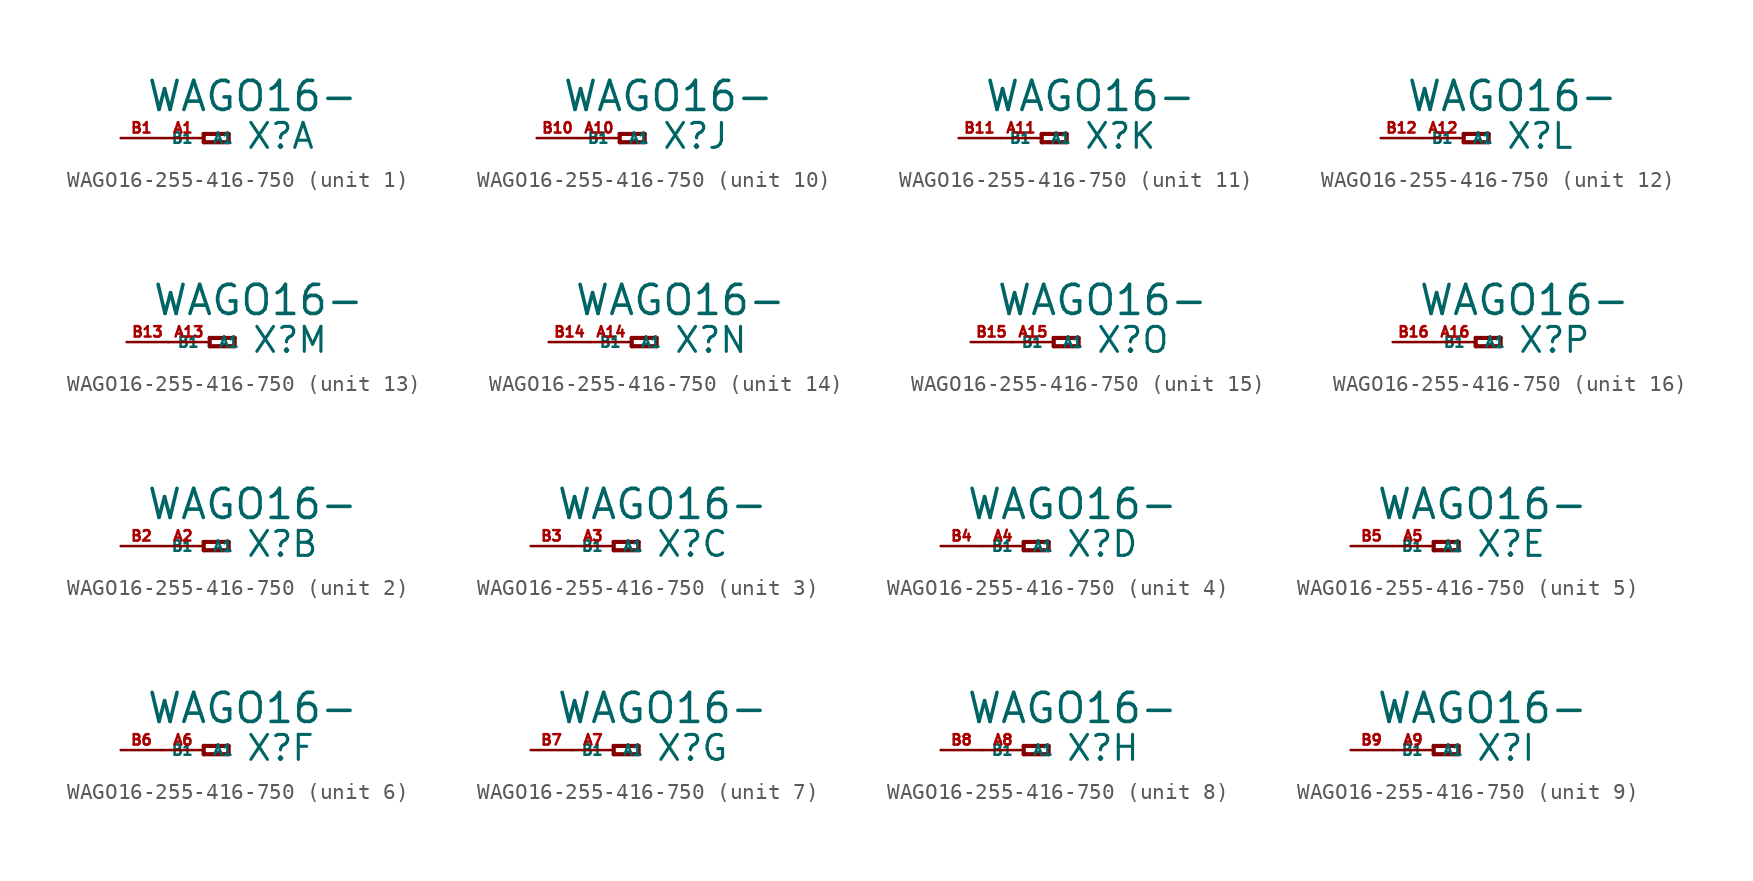
<source format=kicad_sym>
(kicad_symbol_lib
  (version 20220914)
  (generator Eagle2Kicad)
  (symbol "WAGO16-255-416-750"
    (property "Reference" "X"
      (at 2.54 -0.762 0)
      (effects (font (size 1.524 1.524) (thickness 0.19)) (justify left bottom)))
    (property "Value" "WAGO16-"
      (at -3.556 1.524 0)
      (effects (font (size 1.778 1.778) (thickness 0.22)) (justify left bottom)))
    (symbol "WAGO16-255-416-750_1_0"
      (polyline (pts (xy 0 0.254) (xy 0 -0.254)) (stroke (width 0.254) (type default)) (fill (type none)))
      (polyline (pts (xy 0 -0.254) (xy 1.524 -0.254)) (stroke (width 0.254) (type default)) (fill (type none)))
      (polyline (pts (xy 1.524 -0.254) (xy 1.524 0.254)) (stroke (width 0.254) (type default)) (fill (type none)))
      (polyline (pts (xy 1.524 0.254) (xy 0 0.254)) (stroke (width 0.254) (type default)) (fill (type none)))
      (pin passive line (at -2.54 0 0) (length 2.54) (name "A1" (effects (font (size 0.635 0.635) (thickness 0.08)) (justify left bottom))) (number "A1" (effects (font (size 0.635 0.635) (thickness 0.08)) (justify left bottom))))
      (pin passive line (at -5.08 0 0) (length 2.54) (name "B1" (effects (font (size 0.635 0.635) (thickness 0.08)) (justify left bottom))) (number "B1" (effects (font (size 0.635 0.635) (thickness 0.08)) (justify left bottom)))))
    (symbol "WAGO16-255-416-750_2_0"
      (polyline (pts (xy 0 0.254) (xy 0 -0.254)) (stroke (width 0.254) (type default)) (fill (type none)))
      (polyline (pts (xy 0 -0.254) (xy 1.524 -0.254)) (stroke (width 0.254) (type default)) (fill (type none)))
      (polyline (pts (xy 1.524 -0.254) (xy 1.524 0.254)) (stroke (width 0.254) (type default)) (fill (type none)))
      (polyline (pts (xy 1.524 0.254) (xy 0 0.254)) (stroke (width 0.254) (type default)) (fill (type none)))
      (pin passive line (at -2.54 0 0) (length 2.54) (name "A1" (effects (font (size 0.635 0.635) (thickness 0.08)) (justify left bottom))) (number "A2" (effects (font (size 0.635 0.635) (thickness 0.08)) (justify left bottom))))
      (pin passive line (at -5.08 0 0) (length 2.54) (name "B1" (effects (font (size 0.635 0.635) (thickness 0.08)) (justify left bottom))) (number "B2" (effects (font (size 0.635 0.635) (thickness 0.08)) (justify left bottom)))))
    (symbol "WAGO16-255-416-750_3_0"
      (polyline (pts (xy 0 0.254) (xy 0 -0.254)) (stroke (width 0.254) (type default)) (fill (type none)))
      (polyline (pts (xy 0 -0.254) (xy 1.524 -0.254)) (stroke (width 0.254) (type default)) (fill (type none)))
      (polyline (pts (xy 1.524 -0.254) (xy 1.524 0.254)) (stroke (width 0.254) (type default)) (fill (type none)))
      (polyline (pts (xy 1.524 0.254) (xy 0 0.254)) (stroke (width 0.254) (type default)) (fill (type none)))
      (pin passive line (at -2.54 0 0) (length 2.54) (name "A1" (effects (font (size 0.635 0.635) (thickness 0.08)) (justify left bottom))) (number "A3" (effects (font (size 0.635 0.635) (thickness 0.08)) (justify left bottom))))
      (pin passive line (at -5.08 0 0) (length 2.54) (name "B1" (effects (font (size 0.635 0.635) (thickness 0.08)) (justify left bottom))) (number "B3" (effects (font (size 0.635 0.635) (thickness 0.08)) (justify left bottom)))))
    (symbol "WAGO16-255-416-750_4_0"
      (polyline (pts (xy 0 0.254) (xy 0 -0.254)) (stroke (width 0.254) (type default)) (fill (type none)))
      (polyline (pts (xy 0 -0.254) (xy 1.524 -0.254)) (stroke (width 0.254) (type default)) (fill (type none)))
      (polyline (pts (xy 1.524 -0.254) (xy 1.524 0.254)) (stroke (width 0.254) (type default)) (fill (type none)))
      (polyline (pts (xy 1.524 0.254) (xy 0 0.254)) (stroke (width 0.254) (type default)) (fill (type none)))
      (pin passive line (at -2.54 0 0) (length 2.54) (name "A1" (effects (font (size 0.635 0.635) (thickness 0.08)) (justify left bottom))) (number "A4" (effects (font (size 0.635 0.635) (thickness 0.08)) (justify left bottom))))
      (pin passive line (at -5.08 0 0) (length 2.54) (name "B1" (effects (font (size 0.635 0.635) (thickness 0.08)) (justify left bottom))) (number "B4" (effects (font (size 0.635 0.635) (thickness 0.08)) (justify left bottom)))))
    (symbol "WAGO16-255-416-750_5_0"
      (polyline (pts (xy 0 0.254) (xy 0 -0.254)) (stroke (width 0.254) (type default)) (fill (type none)))
      (polyline (pts (xy 0 -0.254) (xy 1.524 -0.254)) (stroke (width 0.254) (type default)) (fill (type none)))
      (polyline (pts (xy 1.524 -0.254) (xy 1.524 0.254)) (stroke (width 0.254) (type default)) (fill (type none)))
      (polyline (pts (xy 1.524 0.254) (xy 0 0.254)) (stroke (width 0.254) (type default)) (fill (type none)))
      (pin passive line (at -2.54 0 0) (length 2.54) (name "A1" (effects (font (size 0.635 0.635) (thickness 0.08)) (justify left bottom))) (number "A5" (effects (font (size 0.635 0.635) (thickness 0.08)) (justify left bottom))))
      (pin passive line (at -5.08 0 0) (length 2.54) (name "B1" (effects (font (size 0.635 0.635) (thickness 0.08)) (justify left bottom))) (number "B5" (effects (font (size 0.635 0.635) (thickness 0.08)) (justify left bottom)))))
    (symbol "WAGO16-255-416-750_6_0"
      (polyline (pts (xy 0 0.254) (xy 0 -0.254)) (stroke (width 0.254) (type default)) (fill (type none)))
      (polyline (pts (xy 0 -0.254) (xy 1.524 -0.254)) (stroke (width 0.254) (type default)) (fill (type none)))
      (polyline (pts (xy 1.524 -0.254) (xy 1.524 0.254)) (stroke (width 0.254) (type default)) (fill (type none)))
      (polyline (pts (xy 1.524 0.254) (xy 0 0.254)) (stroke (width 0.254) (type default)) (fill (type none)))
      (pin passive line (at -2.54 0 0) (length 2.54) (name "A1" (effects (font (size 0.635 0.635) (thickness 0.08)) (justify left bottom))) (number "A6" (effects (font (size 0.635 0.635) (thickness 0.08)) (justify left bottom))))
      (pin passive line (at -5.08 0 0) (length 2.54) (name "B1" (effects (font (size 0.635 0.635) (thickness 0.08)) (justify left bottom))) (number "B6" (effects (font (size 0.635 0.635) (thickness 0.08)) (justify left bottom)))))
    (symbol "WAGO16-255-416-750_7_0"
      (polyline (pts (xy 0 0.254) (xy 0 -0.254)) (stroke (width 0.254) (type default)) (fill (type none)))
      (polyline (pts (xy 0 -0.254) (xy 1.524 -0.254)) (stroke (width 0.254) (type default)) (fill (type none)))
      (polyline (pts (xy 1.524 -0.254) (xy 1.524 0.254)) (stroke (width 0.254) (type default)) (fill (type none)))
      (polyline (pts (xy 1.524 0.254) (xy 0 0.254)) (stroke (width 0.254) (type default)) (fill (type none)))
      (pin passive line (at -2.54 0 0) (length 2.54) (name "A1" (effects (font (size 0.635 0.635) (thickness 0.08)) (justify left bottom))) (number "A7" (effects (font (size 0.635 0.635) (thickness 0.08)) (justify left bottom))))
      (pin passive line (at -5.08 0 0) (length 2.54) (name "B1" (effects (font (size 0.635 0.635) (thickness 0.08)) (justify left bottom))) (number "B7" (effects (font (size 0.635 0.635) (thickness 0.08)) (justify left bottom)))))
    (symbol "WAGO16-255-416-750_8_0"
      (polyline (pts (xy 0 0.254) (xy 0 -0.254)) (stroke (width 0.254) (type default)) (fill (type none)))
      (polyline (pts (xy 0 -0.254) (xy 1.524 -0.254)) (stroke (width 0.254) (type default)) (fill (type none)))
      (polyline (pts (xy 1.524 -0.254) (xy 1.524 0.254)) (stroke (width 0.254) (type default)) (fill (type none)))
      (polyline (pts (xy 1.524 0.254) (xy 0 0.254)) (stroke (width 0.254) (type default)) (fill (type none)))
      (pin passive line (at -2.54 0 0) (length 2.54) (name "A1" (effects (font (size 0.635 0.635) (thickness 0.08)) (justify left bottom))) (number "A8" (effects (font (size 0.635 0.635) (thickness 0.08)) (justify left bottom))))
      (pin passive line (at -5.08 0 0) (length 2.54) (name "B1" (effects (font (size 0.635 0.635) (thickness 0.08)) (justify left bottom))) (number "B8" (effects (font (size 0.635 0.635) (thickness 0.08)) (justify left bottom)))))
    (symbol "WAGO16-255-416-750_9_0"
      (polyline (pts (xy 0 0.254) (xy 0 -0.254)) (stroke (width 0.254) (type default)) (fill (type none)))
      (polyline (pts (xy 0 -0.254) (xy 1.524 -0.254)) (stroke (width 0.254) (type default)) (fill (type none)))
      (polyline (pts (xy 1.524 -0.254) (xy 1.524 0.254)) (stroke (width 0.254) (type default)) (fill (type none)))
      (polyline (pts (xy 1.524 0.254) (xy 0 0.254)) (stroke (width 0.254) (type default)) (fill (type none)))
      (pin passive line (at -2.54 0 0) (length 2.54) (name "A1" (effects (font (size 0.635 0.635) (thickness 0.08)) (justify left bottom))) (number "A9" (effects (font (size 0.635 0.635) (thickness 0.08)) (justify left bottom))))
      (pin passive line (at -5.08 0 0) (length 2.54) (name "B1" (effects (font (size 0.635 0.635) (thickness 0.08)) (justify left bottom))) (number "B9" (effects (font (size 0.635 0.635) (thickness 0.08)) (justify left bottom)))))
    (symbol "WAGO16-255-416-750_10_0"
      (polyline (pts (xy 0 0.254) (xy 0 -0.254)) (stroke (width 0.254) (type default)) (fill (type none)))
      (polyline (pts (xy 0 -0.254) (xy 1.524 -0.254)) (stroke (width 0.254) (type default)) (fill (type none)))
      (polyline (pts (xy 1.524 -0.254) (xy 1.524 0.254)) (stroke (width 0.254) (type default)) (fill (type none)))
      (polyline (pts (xy 1.524 0.254) (xy 0 0.254)) (stroke (width 0.254) (type default)) (fill (type none)))
      (pin passive line (at -2.54 0 0) (length 2.54) (name "A1" (effects (font (size 0.635 0.635) (thickness 0.08)) (justify left bottom))) (number "A10" (effects (font (size 0.635 0.635) (thickness 0.08)) (justify left bottom))))
      (pin passive line (at -5.08 0 0) (length 2.54) (name "B1" (effects (font (size 0.635 0.635) (thickness 0.08)) (justify left bottom))) (number "B10" (effects (font (size 0.635 0.635) (thickness 0.08)) (justify left bottom)))))
    (symbol "WAGO16-255-416-750_11_0"
      (polyline (pts (xy 0 0.254) (xy 0 -0.254)) (stroke (width 0.254) (type default)) (fill (type none)))
      (polyline (pts (xy 0 -0.254) (xy 1.524 -0.254)) (stroke (width 0.254) (type default)) (fill (type none)))
      (polyline (pts (xy 1.524 -0.254) (xy 1.524 0.254)) (stroke (width 0.254) (type default)) (fill (type none)))
      (polyline (pts (xy 1.524 0.254) (xy 0 0.254)) (stroke (width 0.254) (type default)) (fill (type none)))
      (pin passive line (at -2.54 0 0) (length 2.54) (name "A1" (effects (font (size 0.635 0.635) (thickness 0.08)) (justify left bottom))) (number "A11" (effects (font (size 0.635 0.635) (thickness 0.08)) (justify left bottom))))
      (pin passive line (at -5.08 0 0) (length 2.54) (name "B1" (effects (font (size 0.635 0.635) (thickness 0.08)) (justify left bottom))) (number "B11" (effects (font (size 0.635 0.635) (thickness 0.08)) (justify left bottom)))))
    (symbol "WAGO16-255-416-750_12_0"
      (polyline (pts (xy 0 0.254) (xy 0 -0.254)) (stroke (width 0.254) (type default)) (fill (type none)))
      (polyline (pts (xy 0 -0.254) (xy 1.524 -0.254)) (stroke (width 0.254) (type default)) (fill (type none)))
      (polyline (pts (xy 1.524 -0.254) (xy 1.524 0.254)) (stroke (width 0.254) (type default)) (fill (type none)))
      (polyline (pts (xy 1.524 0.254) (xy 0 0.254)) (stroke (width 0.254) (type default)) (fill (type none)))
      (pin passive line (at -2.54 0 0) (length 2.54) (name "A1" (effects (font (size 0.635 0.635) (thickness 0.08)) (justify left bottom))) (number "A12" (effects (font (size 0.635 0.635) (thickness 0.08)) (justify left bottom))))
      (pin passive line (at -5.08 0 0) (length 2.54) (name "B1" (effects (font (size 0.635 0.635) (thickness 0.08)) (justify left bottom))) (number "B12" (effects (font (size 0.635 0.635) (thickness 0.08)) (justify left bottom)))))
    (symbol "WAGO16-255-416-750_13_0"
      (polyline (pts (xy 0 0.254) (xy 0 -0.254)) (stroke (width 0.254) (type default)) (fill (type none)))
      (polyline (pts (xy 0 -0.254) (xy 1.524 -0.254)) (stroke (width 0.254) (type default)) (fill (type none)))
      (polyline (pts (xy 1.524 -0.254) (xy 1.524 0.254)) (stroke (width 0.254) (type default)) (fill (type none)))
      (polyline (pts (xy 1.524 0.254) (xy 0 0.254)) (stroke (width 0.254) (type default)) (fill (type none)))
      (pin passive line (at -2.54 0 0) (length 2.54) (name "A1" (effects (font (size 0.635 0.635) (thickness 0.08)) (justify left bottom))) (number "A13" (effects (font (size 0.635 0.635) (thickness 0.08)) (justify left bottom))))
      (pin passive line (at -5.08 0 0) (length 2.54) (name "B1" (effects (font (size 0.635 0.635) (thickness 0.08)) (justify left bottom))) (number "B13" (effects (font (size 0.635 0.635) (thickness 0.08)) (justify left bottom)))))
    (symbol "WAGO16-255-416-750_14_0"
      (polyline (pts (xy 0 0.254) (xy 0 -0.254)) (stroke (width 0.254) (type default)) (fill (type none)))
      (polyline (pts (xy 0 -0.254) (xy 1.524 -0.254)) (stroke (width 0.254) (type default)) (fill (type none)))
      (polyline (pts (xy 1.524 -0.254) (xy 1.524 0.254)) (stroke (width 0.254) (type default)) (fill (type none)))
      (polyline (pts (xy 1.524 0.254) (xy 0 0.254)) (stroke (width 0.254) (type default)) (fill (type none)))
      (pin passive line (at -2.54 0 0) (length 2.54) (name "A1" (effects (font (size 0.635 0.635) (thickness 0.08)) (justify left bottom))) (number "A14" (effects (font (size 0.635 0.635) (thickness 0.08)) (justify left bottom))))
      (pin passive line (at -5.08 0 0) (length 2.54) (name "B1" (effects (font (size 0.635 0.635) (thickness 0.08)) (justify left bottom))) (number "B14" (effects (font (size 0.635 0.635) (thickness 0.08)) (justify left bottom)))))
    (symbol "WAGO16-255-416-750_15_0"
      (polyline (pts (xy 0 0.254) (xy 0 -0.254)) (stroke (width 0.254) (type default)) (fill (type none)))
      (polyline (pts (xy 0 -0.254) (xy 1.524 -0.254)) (stroke (width 0.254) (type default)) (fill (type none)))
      (polyline (pts (xy 1.524 -0.254) (xy 1.524 0.254)) (stroke (width 0.254) (type default)) (fill (type none)))
      (polyline (pts (xy 1.524 0.254) (xy 0 0.254)) (stroke (width 0.254) (type default)) (fill (type none)))
      (pin passive line (at -2.54 0 0) (length 2.54) (name "A1" (effects (font (size 0.635 0.635) (thickness 0.08)) (justify left bottom))) (number "A15" (effects (font (size 0.635 0.635) (thickness 0.08)) (justify left bottom))))
      (pin passive line (at -5.08 0 0) (length 2.54) (name "B1" (effects (font (size 0.635 0.635) (thickness 0.08)) (justify left bottom))) (number "B15" (effects (font (size 0.635 0.635) (thickness 0.08)) (justify left bottom)))))
    (symbol "WAGO16-255-416-750_16_0"
      (polyline (pts (xy 0 0.254) (xy 0 -0.254)) (stroke (width 0.254) (type default)) (fill (type none)))
      (polyline (pts (xy 0 -0.254) (xy 1.524 -0.254)) (stroke (width 0.254) (type default)) (fill (type none)))
      (polyline (pts (xy 1.524 -0.254) (xy 1.524 0.254)) (stroke (width 0.254) (type default)) (fill (type none)))
      (polyline (pts (xy 1.524 0.254) (xy 0 0.254)) (stroke (width 0.254) (type default)) (fill (type none)))
      (pin passive line (at -2.54 0 0) (length 2.54) (name "A1" (effects (font (size 0.635 0.635) (thickness 0.08)) (justify left bottom))) (number "A16" (effects (font (size 0.635 0.635) (thickness 0.08)) (justify left bottom))))
      (pin passive line (at -5.08 0 0) (length 2.54) (name "B1" (effects (font (size 0.635 0.635) (thickness 0.08)) (justify left bottom))) (number "B16" (effects (font (size 0.635 0.635) (thickness 0.08)) (justify left bottom)))))))
</source>
